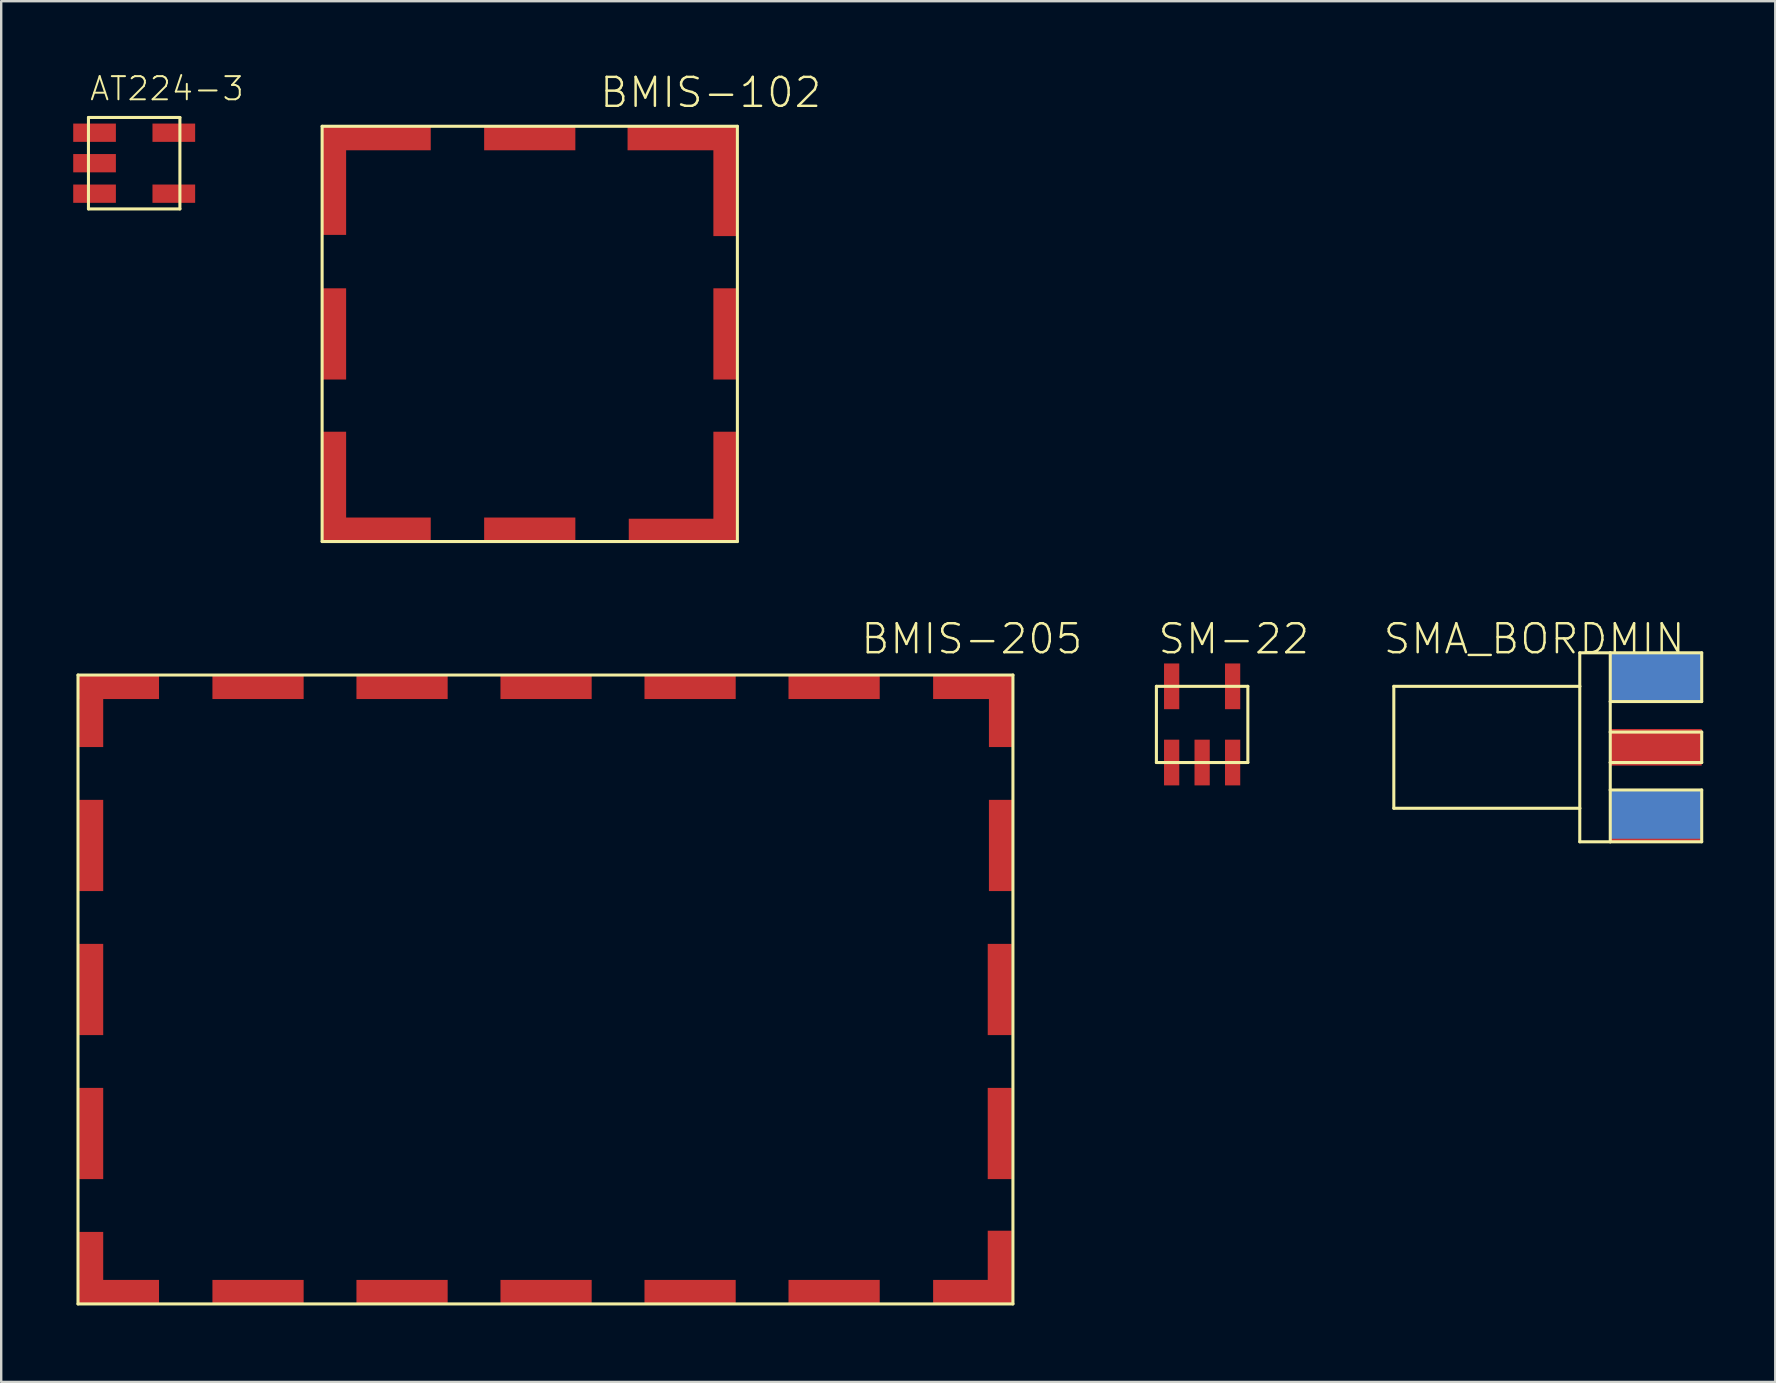
<source format=kicad_pcb>
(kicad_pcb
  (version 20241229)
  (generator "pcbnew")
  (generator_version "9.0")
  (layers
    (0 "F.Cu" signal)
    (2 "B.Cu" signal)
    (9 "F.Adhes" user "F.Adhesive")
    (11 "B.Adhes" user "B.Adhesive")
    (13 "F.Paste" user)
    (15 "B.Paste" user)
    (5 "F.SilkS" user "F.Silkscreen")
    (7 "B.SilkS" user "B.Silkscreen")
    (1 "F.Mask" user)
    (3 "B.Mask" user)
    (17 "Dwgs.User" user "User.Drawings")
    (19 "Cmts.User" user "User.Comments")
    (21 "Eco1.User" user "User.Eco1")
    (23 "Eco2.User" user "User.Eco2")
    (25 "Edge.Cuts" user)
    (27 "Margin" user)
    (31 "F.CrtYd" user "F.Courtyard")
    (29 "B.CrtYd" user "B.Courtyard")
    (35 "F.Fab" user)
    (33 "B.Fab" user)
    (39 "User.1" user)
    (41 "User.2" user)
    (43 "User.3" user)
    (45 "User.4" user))
  (footprint "SM-22"
    (layer "F.Cu")
    (at 47.032 26.813)
    (property "Reference" "SM-22" (at -1.905 -2.54 0) (layer "F.SilkS") (effects (font (size 1.206 1.206) (thickness 0.102)) (justify left bottom)))
    (attr through_hole)
    (fp_line (start -1.905 -1.27) (end 1.905 -1.27) (stroke (width 0.127) (type solid)) (layer "F.SilkS"))
    (fp_line (start -1.905 1.905) (end -1.905 -1.27) (stroke (width 0.127) (type solid)) (layer "F.SilkS"))
    (fp_line (start 1.905 -1.27) (end 1.905 1.905) (stroke (width 0.127) (type solid)) (layer "F.SilkS"))
    (fp_line (start 1.905 1.905) (end -1.905 1.905) (stroke (width 0.127) (type solid)) (layer "F.SilkS"))
    (pad "1" smd rect (at -1.27 1.905 90) (size 1.905 0.635) (layers "F.Cu" "F.Mask" "F.Paste"))
    (pad "2" smd rect (at 0 1.905 90) (size 1.905 0.635) (layers "F.Cu" "F.Mask" "F.Paste"))
    (pad "3" smd rect (at 1.27 1.905 90) (size 1.905 0.635) (layers "F.Cu" "F.Mask" "F.Paste"))
    (pad "4" smd rect (at 1.27 -1.27 90) (size 1.905 0.635) (layers "F.Cu" "F.Mask" "F.Paste"))
    (pad "5" smd rect (at -1.27 -1.27 90) (size 1.905 0.635) (layers "F.Cu" "F.Mask" "F.Paste")))
  (footprint "BMIS-205"
    (layer "F.Cu")
    (at 0.25 51.273)
    (property "Reference" "BMIS-205" (at 32.5 -27 0) (layer "F.SilkS") (effects (font (size 1.206 1.206) (thickness 0.102)) (justify left bottom)))
    (attr through_hole)
    (fp_line (start -0.05 -26.2) (end 38.9 -26.2) (stroke (width 0.127) (type solid)) (layer "F.SilkS"))
    (fp_line (start -0.05 0) (end -0.05 -26.2) (stroke (width 0.127) (type solid)) (layer "F.SilkS"))
    (fp_line (start 38.9 -26.2) (end 38.9 0) (stroke (width 0.127) (type solid)) (layer "F.SilkS"))
    (fp_line (start 38.9 0) (end -0.05 0) (stroke (width 0.127) (type solid)) (layer "F.SilkS"))
    (pad "P$1" smd rect (at 1.65 -0.5) (size 3.35 1) (layers "F.Cu" "F.Mask" "F.Paste"))
    (pad "P$2" smd rect (at 7.45 -0.5) (size 3.8 1) (layers "F.Cu" "F.Mask" "F.Paste"))
    (pad "P$3" smd rect (at 13.45 -0.5) (size 3.8 1) (layers "F.Cu" "F.Mask" "F.Paste"))
    (pad "P$4" smd rect (at 19.45 -0.5) (size 3.8 1) (layers "F.Cu" "F.Mask" "F.Paste"))
    (pad "P$5" smd rect (at 25.45 -0.5) (size 3.8 1) (layers "F.Cu" "F.Mask" "F.Paste"))
    (pad "P$6" smd rect (at 31.45 -0.5) (size 3.8 1) (layers "F.Cu" "F.Mask" "F.Paste"))
    (pad "P$7" smd rect (at 37.25 -0.5) (size 3.35 1) (layers "F.Cu" "F.Mask" "F.Paste"))
    (pad "P$8" smd rect (at 0.5 -1.5 90) (size 3 1) (layers "F.Cu" "F.Mask" "F.Paste"))
    (pad "P$9" smd rect (at 0.5 -7.1 90) (size 3.8 1) (layers "F.Cu" "F.Mask" "F.Paste"))
    (pad "P$10" smd rect (at 0.5 -13.1 90) (size 3.8 1) (layers "F.Cu" "F.Mask" "F.Paste"))
    (pad "P$11" smd rect (at 0.5 -19.1 90) (size 3.8 1) (layers "F.Cu" "F.Mask" "F.Paste"))
    (pad "P$12" smd rect (at 0.5 -24.7 90) (size 3 1) (layers "F.Cu" "F.Mask" "F.Paste"))
    (pad "P$13" smd rect (at 1.65 -25.7) (size 3.35 1) (layers "F.Cu" "F.Mask" "F.Paste"))
    (pad "P$14" smd rect (at 7.45 -25.7) (size 3.8 1) (layers "F.Cu" "F.Mask" "F.Paste"))
    (pad "P$15" smd rect (at 13.45 -25.7) (size 3.8 1) (layers "F.Cu" "F.Mask" "F.Paste"))
    (pad "P$16" smd rect (at 19.45 -25.7) (size 3.8 1) (layers "F.Cu" "F.Mask" "F.Paste"))
    (pad "P$17" smd rect (at 25.45 -25.7) (size 3.8 1) (layers "F.Cu" "F.Mask" "F.Paste"))
    (pad "P$18" smd rect (at 31.45 -25.7) (size 3.8 1) (layers "F.Cu" "F.Mask" "F.Paste"))
    (pad "P$19" smd rect (at 37.25 -25.7) (size 3.35 1) (layers "F.Cu" "F.Mask" "F.Paste"))
    (pad "P$20" smd rect (at 38.35 -1.55 90) (size 3 1) (layers "F.Cu" "F.Mask" "F.Paste"))
    (pad "P$21" smd rect (at 38.35 -7.1 90) (size 3.8 1) (layers "F.Cu" "F.Mask" "F.Paste"))
    (pad "P$22" smd rect (at 38.35 -13.1 90) (size 3.8 1) (layers "F.Cu" "F.Mask" "F.Paste"))
    (pad "P$23" smd rect (at 38.4 -19.1 90) (size 3.8 1) (layers "F.Cu" "F.Mask" "F.Paste"))
    (pad "P$24" smd rect (at 38.4 -24.7 90) (size 3 1) (layers "F.Cu" "F.Mask" "F.Paste")))
  (footprint "AT224-3"
    (layer "F.Cu")
    (at 2.54 3.749)
    (property "Reference" "AT224-3" (at -1.905 -2.54 0) (layer "F.SilkS") (effects (font (size 0.965 0.965) (thickness 0.081)) (justify left bottom)))
    (attr through_hole)
    (fp_line (start -1.905 -1.905) (end -1.905 1.905) (stroke (width 0.127) (type solid)) (layer "F.SilkS"))
    (fp_line (start -1.905 1.905) (end 1.905 1.905) (stroke (width 0.127) (type solid)) (layer "F.SilkS"))
    (fp_line (start 1.905 -1.905) (end -1.905 -1.905) (stroke (width 0.127) (type solid)) (layer "F.SilkS"))
    (fp_line (start 1.905 1.905) (end 1.905 -1.905) (stroke (width 0.127) (type solid)) (layer "F.SilkS"))
    (pad "P1" smd rect (at -1.651 -1.27) (size 1.778 0.762) (layers "F.Cu" "F.Mask" "F.Paste"))
    (pad "P2" smd rect (at -1.651 0) (size 1.778 0.762) (layers "F.Cu" "F.Mask" "F.Paste"))
    (pad "P3" smd rect (at -1.651 1.27) (size 1.778 0.762) (layers "F.Cu" "F.Mask" "F.Paste"))
    (pad "P4" smd rect (at 1.651 1.27) (size 1.778 0.762) (layers "F.Cu" "F.Mask" "F.Paste"))
    (pad "P6" smd rect (at 1.651 -1.27) (size 1.778 0.762) (layers "F.Cu" "F.Mask" "F.Paste")))
  (footprint "SMA_BORDMIN"
    (layer "F.Cu")
    (at 62.765 28.083)
    (property "Reference" "SMA_BORDMIN" (at -8.255 -3.81 0) (layer "F.SilkS") (effects (font (size 1.206 1.206) (thickness 0.102)) (justify left bottom)))
    (attr through_hole)
    (fp_line (start -7.747 -2.54) (end 0 -2.54) (stroke (width 0.127) (type solid)) (layer "F.SilkS"))
    (fp_line (start -7.747 2.54) (end -7.747 -2.54) (stroke (width 0.127) (type solid)) (layer "F.SilkS"))
    (fp_line (start 0 -3.937) (end 1.27 -3.937) (stroke (width 0.127) (type solid)) (layer "F.SilkS"))
    (fp_line (start 0 -2.54) (end 0 -3.937) (stroke (width 0.127) (type solid)) (layer "F.SilkS"))
    (fp_line (start 0 2.54) (end -7.747 2.54) (stroke (width 0.127) (type solid)) (layer "F.SilkS"))
    (fp_line (start 0 2.54) (end 0 -2.54) (stroke (width 0.127) (type solid)) (layer "F.SilkS"))
    (fp_line (start 0 3.937) (end 0 2.54) (stroke (width 0.127) (type solid)) (layer "F.SilkS"))
    (fp_line (start 1.27 -3.937) (end 1.27 -1.905) (stroke (width 0.127) (type solid)) (layer "F.SilkS"))
    (fp_line (start 1.27 -3.937) (end 5.08 -3.937) (stroke (width 0.127) (type solid)) (layer "F.SilkS"))
    (fp_line (start 1.27 -1.905) (end 1.27 -0.635) (stroke (width 0.127) (type solid)) (layer "F.SilkS"))
    (fp_line (start 1.27 -0.635) (end 1.27 0.635) (stroke (width 0.127) (type solid)) (layer "F.SilkS"))
    (fp_line (start 1.27 -0.635) (end 5.08 -0.635) (stroke (width 0.127) (type solid)) (layer "F.SilkS"))
    (fp_line (start 1.27 0.635) (end 1.27 1.778) (stroke (width 0.127) (type solid)) (layer "F.SilkS"))
    (fp_line (start 1.27 1.778) (end 1.27 3.937) (stroke (width 0.127) (type solid)) (layer "F.SilkS"))
    (fp_line (start 1.27 1.778) (end 5.08 1.778) (stroke (width 0.127) (type solid)) (layer "F.SilkS"))
    (fp_line (start 1.27 3.937) (end 0 3.937) (stroke (width 0.127) (type solid)) (layer "F.SilkS"))
    (fp_line (start 5.08 -3.937) (end 5.08 -1.905) (stroke (width 0.127) (type solid)) (layer "F.SilkS"))
    (fp_line (start 5.08 -1.905) (end 1.27 -1.905) (stroke (width 0.127) (type solid)) (layer "F.SilkS"))
    (fp_line (start 5.08 -0.635) (end 5.08 0.635) (stroke (width 0.127) (type solid)) (layer "F.SilkS"))
    (fp_line (start 5.08 0.635) (end 1.27 0.635) (stroke (width 0.127) (type solid)) (layer "F.SilkS"))
    (fp_line (start 5.08 1.778) (end 5.08 3.937) (stroke (width 0.127) (type solid)) (layer "F.SilkS"))
    (fp_line (start 5.08 3.937) (end 1.27 3.937) (stroke (width 0.127) (type solid)) (layer "F.SilkS"))
    (pad "P1" smd rect (at 3.175 2.921 180) (size 3.81 2.032) (layers "F.Cu" "F.Mask" "F.Paste"))
    (pad "P2" smd rect (at 3.175 0) (size 3.81 1.524) (layers "F.Cu" "F.Mask" "F.Paste"))
    (pad "P3" smd rect (at 3.175 -2.921 180) (size 3.81 2.032) (layers "F.Cu" "F.Mask" "F.Paste"))
    (pad "P4" smd rect (at 3.175 -2.921) (size 3.81 2.032) (layers "B.Cu" "B.Mask" "B.Paste"))
    (pad "P5" smd rect (at 3.175 2.794) (size 3.81 2.032) (layers "B.Cu" "B.Mask" "B.Paste")))
  (footprint "BMIS-102"
    (layer "F.Cu")
    (at 10.37 19.511)
    (property "Reference" "BMIS-102" (at 11.5 -18 0) (layer "F.SilkS") (effects (font (size 1.206 1.206) (thickness 0.102)) (justify left bottom)))
    (attr through_hole)
    (fp_line (start 0 -17.3) (end 17.3 -17.3) (stroke (width 0.127) (type solid)) (layer "F.SilkS"))
    (fp_line (start 0 0) (end 0 -17.3) (stroke (width 0.127) (type solid)) (layer "F.SilkS"))
    (fp_line (start 17.3 -17.3) (end 17.3 0) (stroke (width 0.127) (type solid)) (layer "F.SilkS"))
    (fp_line (start 17.3 0) (end 0 0) (stroke (width 0.127) (type solid)) (layer "F.SilkS"))
    (pad "P$1" smd rect (at 2.25 -0.5) (size 4.55 1) (layers "F.Cu" "F.Mask" "F.Paste"))
    (pad "P$2" smd rect (at 8.65 -0.5) (size 3.8 1) (layers "F.Cu" "F.Mask" "F.Paste"))
    (pad "P$3" smd rect (at 15.05 -0.45) (size 4.55 1) (layers "F.Cu" "F.Mask" "F.Paste"))
    (pad "P$4" smd rect (at 0.5 -2.3 90) (size 4.55 1) (layers "F.Cu" "F.Mask" "F.Paste"))
    (pad "P$5" smd rect (at 0.5 -8.65 90) (size 3.8 1) (layers "F.Cu" "F.Mask" "F.Paste"))
    (pad "P$6" smd rect (at 0.5 -15.05 90) (size 4.55 1) (layers "F.Cu" "F.Mask" "F.Paste"))
    (pad "P$7" smd rect (at 16.8 -2.3 90) (size 4.55 1) (layers "F.Cu" "F.Mask" "F.Paste"))
    (pad "P$8" smd rect (at 16.8 -8.65 90) (size 3.8 1) (layers "F.Cu" "F.Mask" "F.Paste"))
    (pad "P$9" smd rect (at 16.8 -15 90) (size 4.55 1) (layers "F.Cu" "F.Mask" "F.Paste"))
    (pad "P$10" smd rect (at 2.25 -16.8 180) (size 4.55 1) (layers "F.Cu" "F.Mask" "F.Paste"))
    (pad "P$11" smd rect (at 15 -16.8 180) (size 4.55 1) (layers "F.Cu" "F.Mask" "F.Paste"))
    (pad "P$12" smd rect (at 8.65 -16.8 180) (size 3.8 1) (layers "F.Cu" "F.Mask" "F.Paste")))
  (gr_rect
    (start -3 -3)
    (end 70.909 54.523)
    (stroke (width 0.1) (type default))
    (fill no)
    (layer "Edge.Cuts")))
</source>
